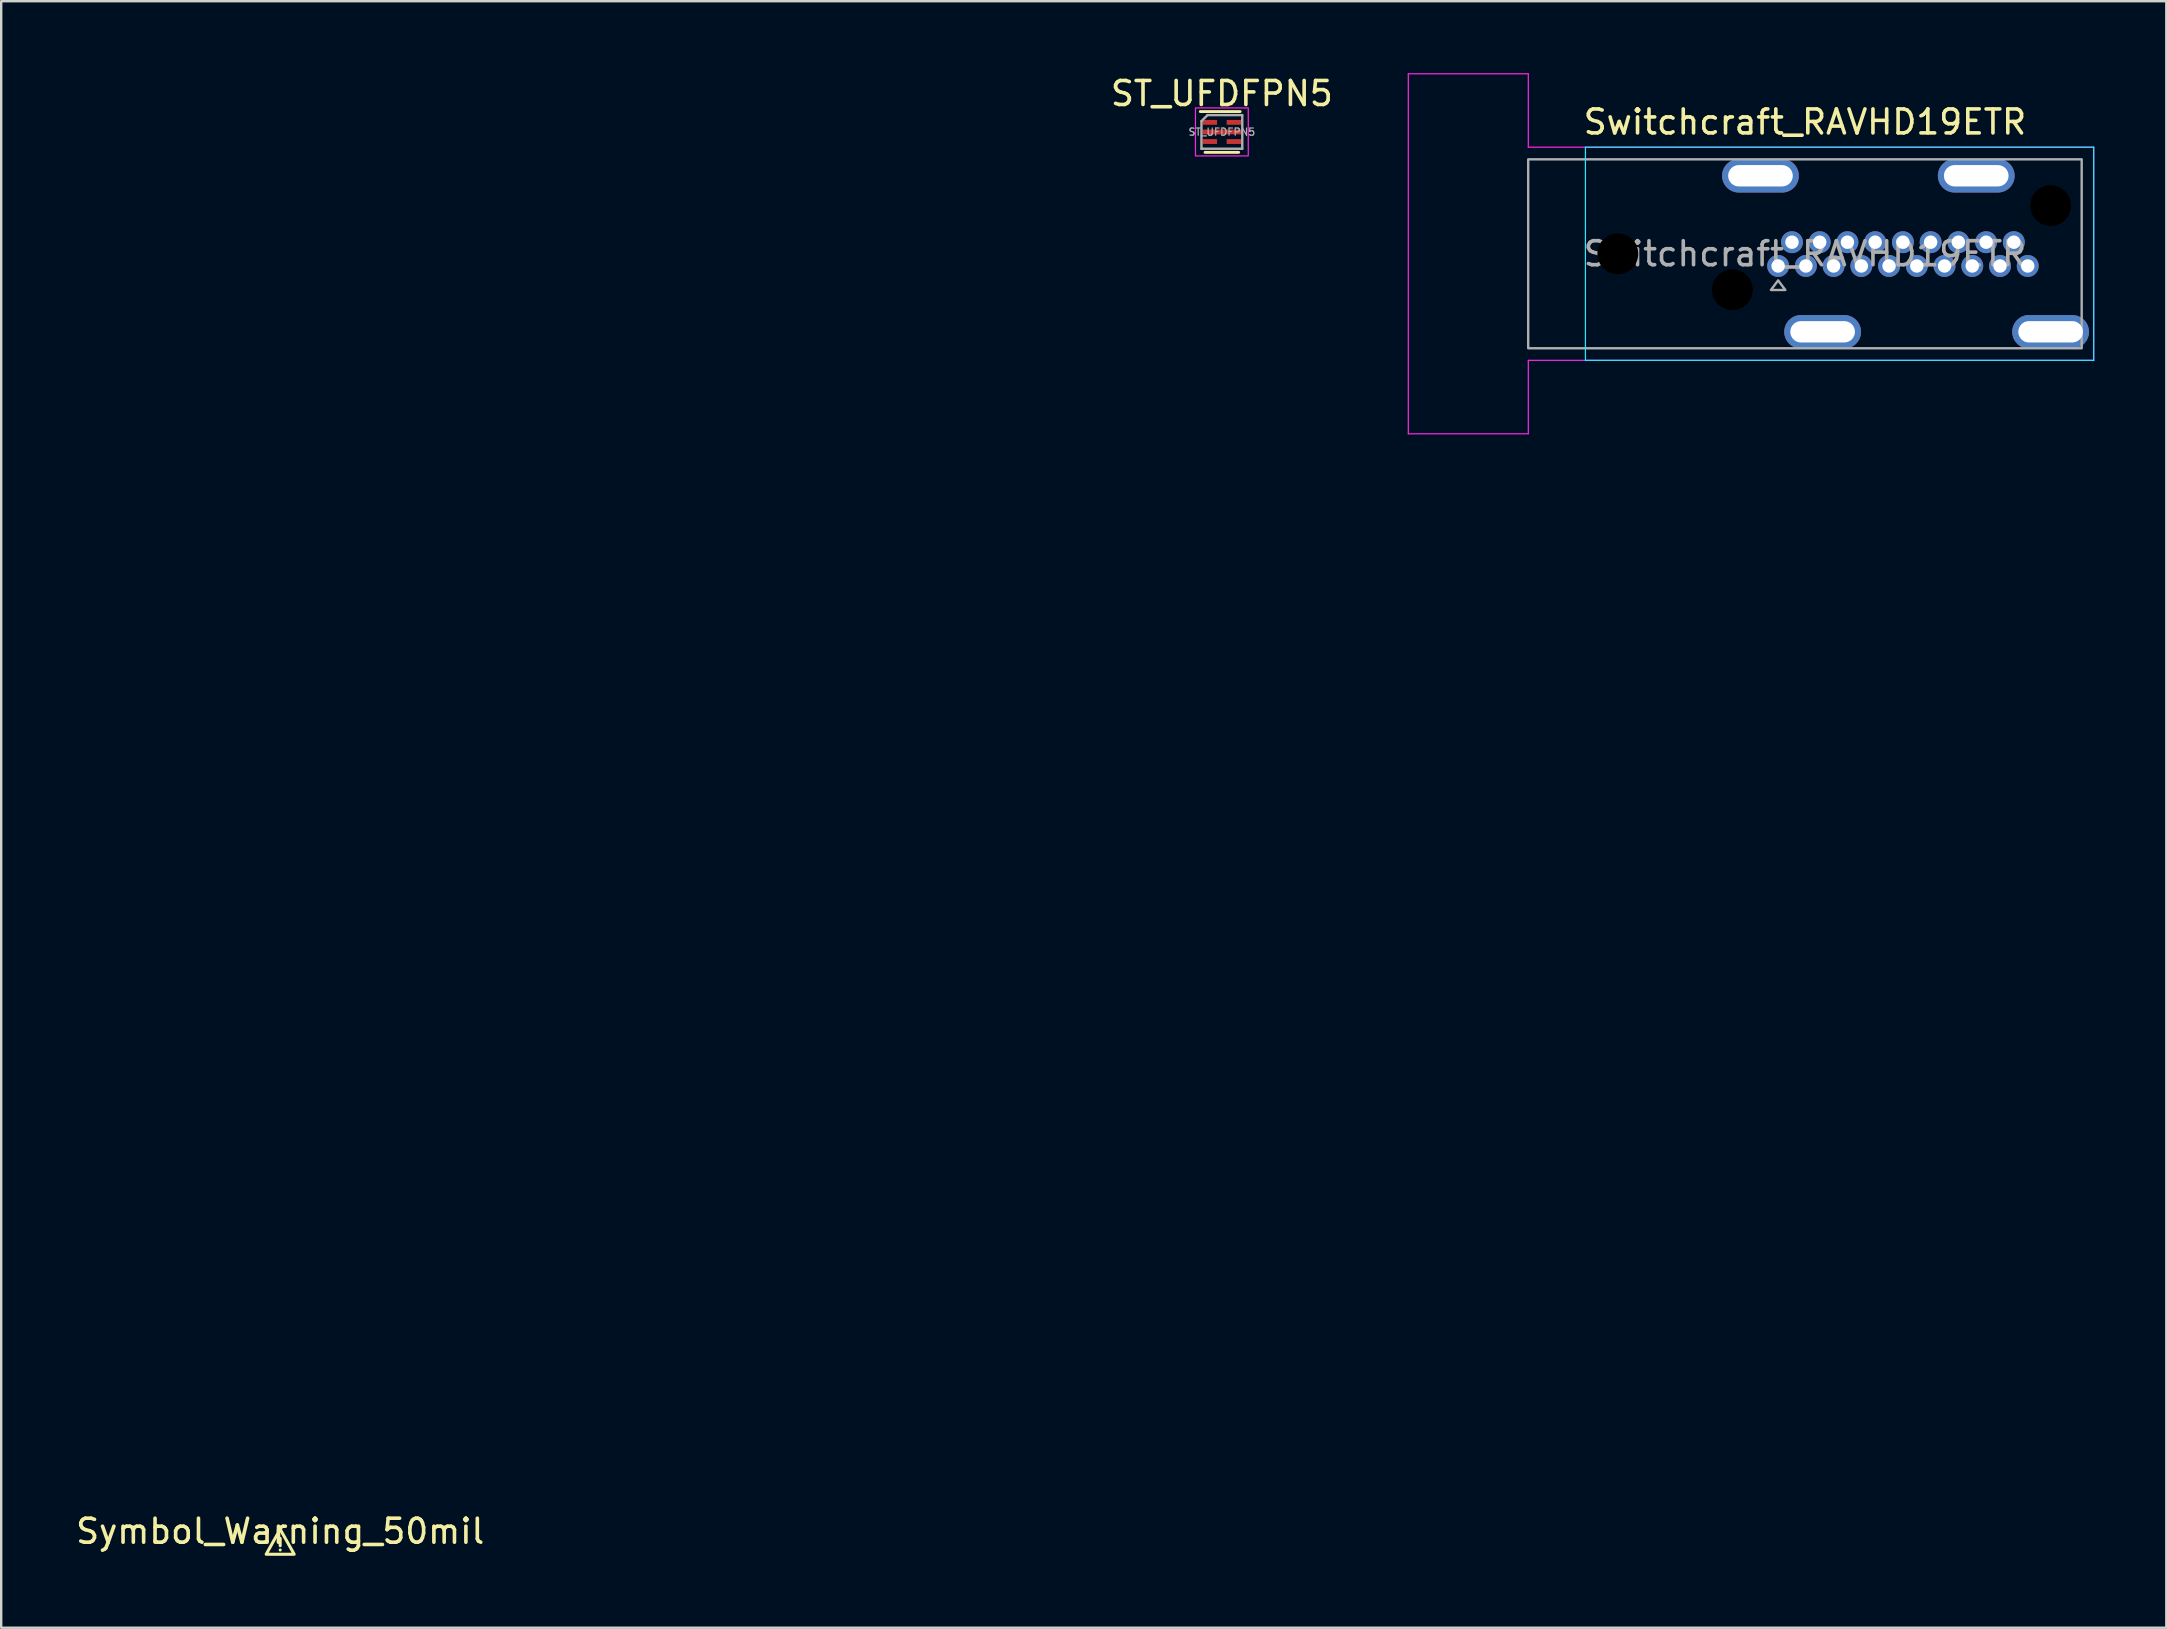
<source format=kicad_pcb>
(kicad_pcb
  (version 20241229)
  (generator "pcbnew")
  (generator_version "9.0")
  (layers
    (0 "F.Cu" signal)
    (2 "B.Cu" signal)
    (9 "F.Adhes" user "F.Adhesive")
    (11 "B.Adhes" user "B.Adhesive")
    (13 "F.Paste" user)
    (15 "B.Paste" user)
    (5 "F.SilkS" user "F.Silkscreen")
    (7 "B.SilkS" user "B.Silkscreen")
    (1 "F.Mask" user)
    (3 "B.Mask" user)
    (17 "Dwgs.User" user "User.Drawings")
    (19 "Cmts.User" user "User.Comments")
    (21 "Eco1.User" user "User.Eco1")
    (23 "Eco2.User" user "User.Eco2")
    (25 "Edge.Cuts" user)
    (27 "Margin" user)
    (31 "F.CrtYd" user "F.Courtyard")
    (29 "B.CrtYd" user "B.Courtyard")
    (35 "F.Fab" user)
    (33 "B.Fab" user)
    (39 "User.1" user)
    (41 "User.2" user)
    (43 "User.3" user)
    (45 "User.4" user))
  (footprint "RaspberryPi_CM4"
    (layer "F.Cu")
    (at 3.56 5.348)
    (property "Reference" "RaspberryPi_CM4" (at 16.5 -4.5 0) (layer "Eco1.User") (effects (font (size 1 1) (thickness 0.15))))
    (attr board_only exclude_from_pos_files exclude_from_bom)
    (fp_line (start -3.5 0) (end -3.5 48) (stroke (width 0.12) (type solid)) (layer "Eco1.User"))
    (fp_line (start -1.8 0.000001) (end 1.8 0.000001) (stroke (width 0.12) (type solid)) (layer "Eco1.User"))
    (fp_line (start -1.8 48) (end 1.8 48) (stroke (width 0.12) (type solid)) (layer "Eco1.User"))
    (fp_line (start -0.9 26.5) (end -0.1 26.5) (stroke (width 0.12) (type solid)) (layer "Eco1.User"))
    (fp_line (start -0.5 26.1) (end -0.5 26.9) (stroke (width 0.12) (type solid)) (layer "Eco1.User"))
    (fp_line (start 0 51.5) (end 33 51.5) (stroke (width 0.12) (type solid)) (layer "Eco1.User"))
    (fp_line (start 0.000001 -1.8) (end 0.000001 1.8) (stroke (width 0.12) (type solid)) (layer "Eco1.User"))
    (fp_line (start 0.000001 46.2) (end 0.000001 49.8) (stroke (width 0.12) (type solid)) (layer "Eco1.User"))
    (fp_line (start 4.8 48.933) (end 6.2 48.933) (stroke (width 0.12) (type solid)) (layer "Eco1.User"))
    (fp_line (start 5.5 48.233) (end 5.5 49.633) (stroke (width 0.12) (type solid)) (layer "Eco1.User"))
    (fp_line (start 18.825 19.513) (end 20.225 19.513) (stroke (width 0.12) (type solid)) (layer "Eco1.User"))
    (fp_line (start 19.525 18.813) (end 19.525 20.213) (stroke (width 0.12) (type solid)) (layer "Eco1.User"))
    (fp_line (start 31.2 0.000001) (end 34.8 0.000001) (stroke (width 0.12) (type solid)) (layer "Eco1.User"))
    (fp_line (start 31.2 48) (end 34.8 48) (stroke (width 0.12) (type solid)) (layer "Eco1.User"))
    (fp_line (start 33 -3.5) (end 0 -3.5) (stroke (width 0.12) (type solid)) (layer "Eco1.User"))
    (fp_line (start 33 -1.8) (end 33 1.8) (stroke (width 0.12) (type solid)) (layer "Eco1.User"))
    (fp_line (start 33 46.2) (end 33 49.8) (stroke (width 0.12) (type solid)) (layer "Eco1.User"))
    (fp_line (start 33.1 26.5) (end 33.9 26.5) (stroke (width 0.12) (type solid)) (layer "Eco1.User"))
    (fp_line (start 33.5 26.1) (end 33.5 26.9) (stroke (width 0.12) (type solid)) (layer "Eco1.User"))
    (fp_line (start 36.5 48) (end 36.5 0) (stroke (width 0.12) (type solid)) (layer "Eco1.User"))
    (fp_rect (start -1.94 15.2) (end 0.94 37.8) (stroke (width 0.1) (type solid)) (fill no) (layer "Eco1.User"))
    (fp_rect (start 7 45) (end 18 51.5) (stroke (width 0.12) (type solid)) (fill no) (layer "Eco1.User"))
    (fp_rect (start 12.025 12.012) (end 27.025 27.012) (stroke (width 0.12) (type solid)) (fill no) (layer "Eco1.User"))
    (fp_rect (start 32.06 15.2) (end 34.94 37.8) (stroke (width 0.1) (type solid)) (fill no) (layer "Eco1.User"))
    (fp_arc (start -3.5 0) (mid -2.474874 -2.474874) (end 0 -3.5) (stroke (width 0.12) (type solid)) (layer "Eco1.User"))
    (fp_arc (start 0 51.5) (mid -2.474874 50.474874) (end -3.5 48) (stroke (width 0.12) (type solid)) (layer "Eco1.User"))
    (fp_arc (start 33 -3.5) (mid 35.474874 -2.474874) (end 36.5 0) (stroke (width 0.12) (type solid)) (layer "Eco1.User"))
    (fp_arc (start 36.5 48) (mid 35.474874 50.474874) (end 33 51.5) (stroke (width 0.12) (type solid)) (layer "Eco1.User"))
    (fp_circle (center 0.000001 0.000001) (end 1.35 0.000001) (stroke (width 0.12) (type solid)) (fill no) (layer "Eco1.User"))
    (fp_circle (center 0.000001 48) (end 1.35 48) (stroke (width 0.12) (type solid)) (fill no) (layer "Eco1.User"))
    (fp_circle (center 5.5 48.933) (end 5.9 48.933) (stroke (width 0.12) (type solid)) (fill no) (layer "Eco1.User"))
    (fp_circle (center 33 0.000001) (end 34.35 0.000001) (stroke (width 0.12) (type solid)) (fill no) (layer "Eco1.User"))
    (fp_circle (center 33 48) (end 34.35 48) (stroke (width 0.12) (type solid)) (fill no) (layer "Eco1.User"))
    (fp_text user "100" (at 0.7 37.3 0) (layer "Eco1.User") (effects (font (size 0.5 0.5) (thickness 0.075)) (justify right)))
    (fp_text user "Wireless" (at 12.5 47.55 0) (unlocked yes) (layer "Eco1.User") (effects (font (size 1 1) (thickness 0.15))))
    (fp_text user "200" (at 34.7 37.3 0) (layer "Eco1.User") (effects (font (size 0.5 0.5) (thickness 0.075)) (justify right)))
    (fp_text user "UFL" (at 5.5 47.5 0) (layer "Eco1.User") (effects (font (size 1 1) (thickness 0.15))))
    (fp_text user "2" (at 0.8 15.7 0) (layer "Eco1.User") (effects (font (size 0.5 0.5) (thickness 0.075)) (justify right)))
    (fp_text user "SOC" (at 19.525 26 0) (layer "Eco1.User") (effects (font (size 1 1) (thickness 0.15))))
    (fp_text user "Cutout" (at 12.5 48.95 0) (unlocked yes) (layer "Eco1.User") (effects (font (size 1 1) (thickness 0.15))))
    (fp_text user "1" (at -1.8 15.7 0) (layer "Eco1.User") (effects (font (size 0.5 0.5) (thickness 0.075)) (justify left)))
    (fp_text user "101" (at 32.2 15.7 0) (layer "Eco1.User") (effects (font (size 0.5 0.5) (thickness 0.075)) (justify left))))
  (footprint "Symbol_Warning_50mil"
    (layer "F.Cu")
    (at 8.625 61.257)
    (property "Reference" "Symbol_Warning_50mil" (at 0 -0.5 0) (unlocked yes) (layer "F.SilkS") (effects (font (size 1 1) (thickness 0.15))))
    (attr smd board_only exclude_from_pos_files exclude_from_bom)
    (fp_line (start 0 -0.203) (end 0 0.102) (stroke (width 0.127) (type solid)) (layer "F.SilkS"))
    (fp_line (start 0 0.279) (end 0 0.279) (stroke (width 0.127) (type solid)) (layer "F.SilkS"))
    (fp_poly (pts (xy 0.584 0.457) (xy -0.584 0.457) (xy 0 -0.584)) (stroke (width 0.127) (type solid)) (fill no) (layer "F.SilkS")))
  (footprint "ST_UFDFPN5"
    (layer "F.Cu")
    (at 47.864 2.448)
    (property "Reference" "ST_UFDFPN5" (at 0 -1.6 0) (unlocked yes) (layer "F.SilkS") (effects (font (size 1 1) (thickness 0.15))))
    (attr smd)
    (fp_line (start 0.7 0.85) (end -0.7 0.85) (stroke (width 0.12) (type solid)) (layer "F.SilkS"))
    (fp_line (start 0.762 -0.85) (end -0.9 -0.85) (stroke (width 0.12) (type solid)) (layer "F.SilkS"))
    (fp_rect (start -1.1 -1) (end 1.1 1) (stroke (width 0.05) (type solid)) (fill no) (layer "F.CrtYd"))
    (fp_line (start -0.85 -0.45) (end -0.6 -0.7) (stroke (width 0.1) (type solid)) (layer "F.Fab"))
    (fp_line (start -0.85 0.7) (end -0.85 -0.45) (stroke (width 0.1) (type solid)) (layer "F.Fab"))
    (fp_line (start -0.85 0.7) (end 0.85 0.7) (stroke (width 0.1) (type solid)) (layer "F.Fab"))
    (fp_line (start -0.6 -0.7) (end 0.85 -0.7) (stroke (width 0.1) (type solid)) (layer "F.Fab"))
    (fp_line (start 0.85 0.7) (end 0.85 -0.7) (stroke (width 0.1) (type solid)) (layer "F.Fab"))
    (fp_text user "${REFERENCE}" (at 0 0 0) (unlocked yes) (layer "F.Fab") (effects (font (size 0.3 0.3) (thickness 0.05))))
    (pad "1" smd rect (at -0.5 -0.4) (size 0.6 0.2) (layers "F.Cu" "F.Mask" "F.Paste"))
    (pad "2" smd rect (at 0 0) (size 1.6 0.2) (layers "F.Cu" "F.Mask" "F.Paste"))
    (pad "3" smd rect (at -0.5 0.4) (size 0.6 0.2) (layers "F.Cu" "F.Mask" "F.Paste"))
    (pad "4" smd rect (at 0.5 0.4) (size 0.6 0.2) (layers "F.Cu" "F.Mask" "F.Paste"))
    (pad "5" smd rect (at 0.5 -0.4) (size 0.6 0.2) (layers "F.Cu" "F.Mask" "F.Paste")))
  (footprint "Switchcraft_RAVHD19ETR"
    (layer "F.Cu")
    (at 64.363 7.525)
    (property "Reference" "Switchcraft_RAVHD19ETR" (at 7.798 -5.492 0) (unlocked yes) (layer "F.SilkS") (effects (font (size 1 1) (thickness 0.15))))
    (attr through_hole)
    (fp_line (start -1.35 -4.44) (end -1.35 4.44) (stroke (width 0.05) (type solid)) (layer "B.CrtYd"))
    (fp_line (start 19.83 -4.44) (end -1.35 -4.44) (stroke (width 0.05) (type solid)) (layer "B.CrtYd"))
    (fp_line (start 19.83 -4.44) (end 19.83 4.44) (stroke (width 0.05) (type solid)) (layer "B.CrtYd"))
    (fp_line (start 19.83 4.44) (end -1.35 4.44) (stroke (width 0.05) (type solid)) (layer "B.CrtYd"))
    (fp_line (start -8.73 -7.5) (end -3.73 -7.5) (stroke (width 0.05) (type solid)) (layer "F.CrtYd"))
    (fp_line (start -8.73 7.5) (end -8.73 -7.5) (stroke (width 0.05) (type solid)) (layer "F.CrtYd"))
    (fp_line (start -3.73 -4.44) (end -3.73 -7.5) (stroke (width 0.05) (type solid)) (layer "F.CrtYd"))
    (fp_line (start -3.73 -4.44) (end 19.83 -4.44) (stroke (width 0.05) (type solid)) (layer "F.CrtYd"))
    (fp_line (start -3.73 4.44) (end -3.73 7.5) (stroke (width 0.05) (type solid)) (layer "F.CrtYd"))
    (fp_line (start -3.73 7.5) (end -8.73 7.5) (stroke (width 0.05) (type solid)) (layer "F.CrtYd"))
    (fp_line (start 19.83 -4.44) (end 19.83 4.44) (stroke (width 0.05) (type solid)) (layer "F.CrtYd"))
    (fp_line (start 19.83 4.44) (end -3.73 4.44) (stroke (width 0.05) (type solid)) (layer "F.CrtYd"))
    (fp_rect (start -3.734 -3.937) (end 19.329 3.937) (stroke (width 0.1) (type solid)) (fill no) (layer "F.Fab"))
    (fp_poly (pts (xy 6.98 1.508) (xy 6.38 1.508) (xy 6.68 1.108)) (stroke (width 0.1) (type solid)) (fill no) (layer "F.Fab"))
    (fp_text user "${REFERENCE}" (at 7.798 0 0) (unlocked yes) (layer "F.Fab") (effects (font (size 1 1) (thickness 0.15))))
    (pad "" np_thru_hole circle (at 0 0) (size 1.702 1.702) (drill 1.702) (layers "*.Mask"))
    (pad "" np_thru_hole circle (at 4.775 1.499) (size 1.702 1.702) (drill 1.702) (layers "*.Mask"))
    (pad "" np_thru_hole oval (at 5.944 -3.251) (size 3.2 1.397) (drill oval 2.692 0.889) (layers "*.Cu" "*.Mask"))
    (pad "" np_thru_hole oval (at 8.534 3.251) (size 3.2 1.397) (drill oval 2.692 0.889) (layers "*.Cu" "*.Mask"))
    (pad "" np_thru_hole oval (at 14.935 -3.251) (size 3.2 1.397) (drill oval 2.692 0.889) (layers "*.Cu" "*.Mask"))
    (pad "" np_thru_hole circle (at 18.034 -2.007) (size 1.702 1.702) (drill 1.702) (layers "*.Mask"))
    (pad "" np_thru_hole oval (at 18.034 3.251) (size 3.2 1.397) (drill oval 2.692 0.889) (layers "*.Cu" "*.Mask"))
    (pad "1" thru_hole circle (at 6.68 0.508) (size 0.914 0.914) (drill 0.559) (layers "*.Cu" "*.Mask"))
    (pad "2" thru_hole circle (at 7.257 -0.483) (size 0.914 0.914) (drill 0.559) (layers "*.Cu" "*.Mask"))
    (pad "3" thru_hole circle (at 7.836 0.508) (size 0.914 0.914) (drill 0.559) (layers "*.Cu" "*.Mask"))
    (pad "4" thru_hole circle (at 8.412 -0.483) (size 0.914 0.914) (drill 0.559) (layers "*.Cu" "*.Mask"))
    (pad "5" thru_hole circle (at 8.992 0.508) (size 0.914 0.914) (drill 0.559) (layers "*.Cu" "*.Mask"))
    (pad "6" thru_hole circle (at 9.568 -0.483) (size 0.914 0.914) (drill 0.559) (layers "*.Cu" "*.Mask"))
    (pad "7" thru_hole circle (at 10.147 0.508) (size 0.914 0.914) (drill 0.559) (layers "*.Cu" "*.Mask"))
    (pad "8" thru_hole circle (at 10.724 -0.483) (size 0.914 0.914) (drill 0.559) (layers "*.Cu" "*.Mask"))
    (pad "9" thru_hole circle (at 11.303 0.508) (size 0.914 0.914) (drill 0.559) (layers "*.Cu" "*.Mask"))
    (pad "10" thru_hole circle (at 11.88 -0.483) (size 0.914 0.914) (drill 0.559) (layers "*.Cu" "*.Mask"))
    (pad "11" thru_hole circle (at 12.459 0.508) (size 0.914 0.914) (drill 0.559) (layers "*.Cu" "*.Mask"))
    (pad "12" thru_hole circle (at 13.035 -0.483) (size 0.914 0.914) (drill 0.559) (layers "*.Cu" "*.Mask"))
    (pad "13" thru_hole circle (at 13.614 0.508) (size 0.914 0.914) (drill 0.559) (layers "*.Cu" "*.Mask"))
    (pad "14" thru_hole circle (at 14.191 -0.483) (size 0.914 0.914) (drill 0.559) (layers "*.Cu" "*.Mask"))
    (pad "15" thru_hole circle (at 14.77 0.508) (size 0.914 0.914) (drill 0.559) (layers "*.Cu" "*.Mask"))
    (pad "16" thru_hole circle (at 15.347 -0.483) (size 0.914 0.914) (drill 0.559) (layers "*.Cu" "*.Mask"))
    (pad "17" thru_hole circle (at 15.926 0.508) (size 0.914 0.914) (drill 0.559) (layers "*.Cu" "*.Mask"))
    (pad "18" thru_hole circle (at 16.502 -0.483) (size 0.914 0.914) (drill 0.559) (layers "*.Cu" "*.Mask"))
    (pad "19" thru_hole circle (at 17.081 0.508) (size 0.914 0.914) (drill 0.559) (layers "*.Cu" "*.Mask")))
  (gr_rect
    (start -3 -3)
    (end 87.218 64.777)
    (stroke (width 0.1) (type default))
    (fill no)
    (layer "Edge.Cuts")))
</source>
